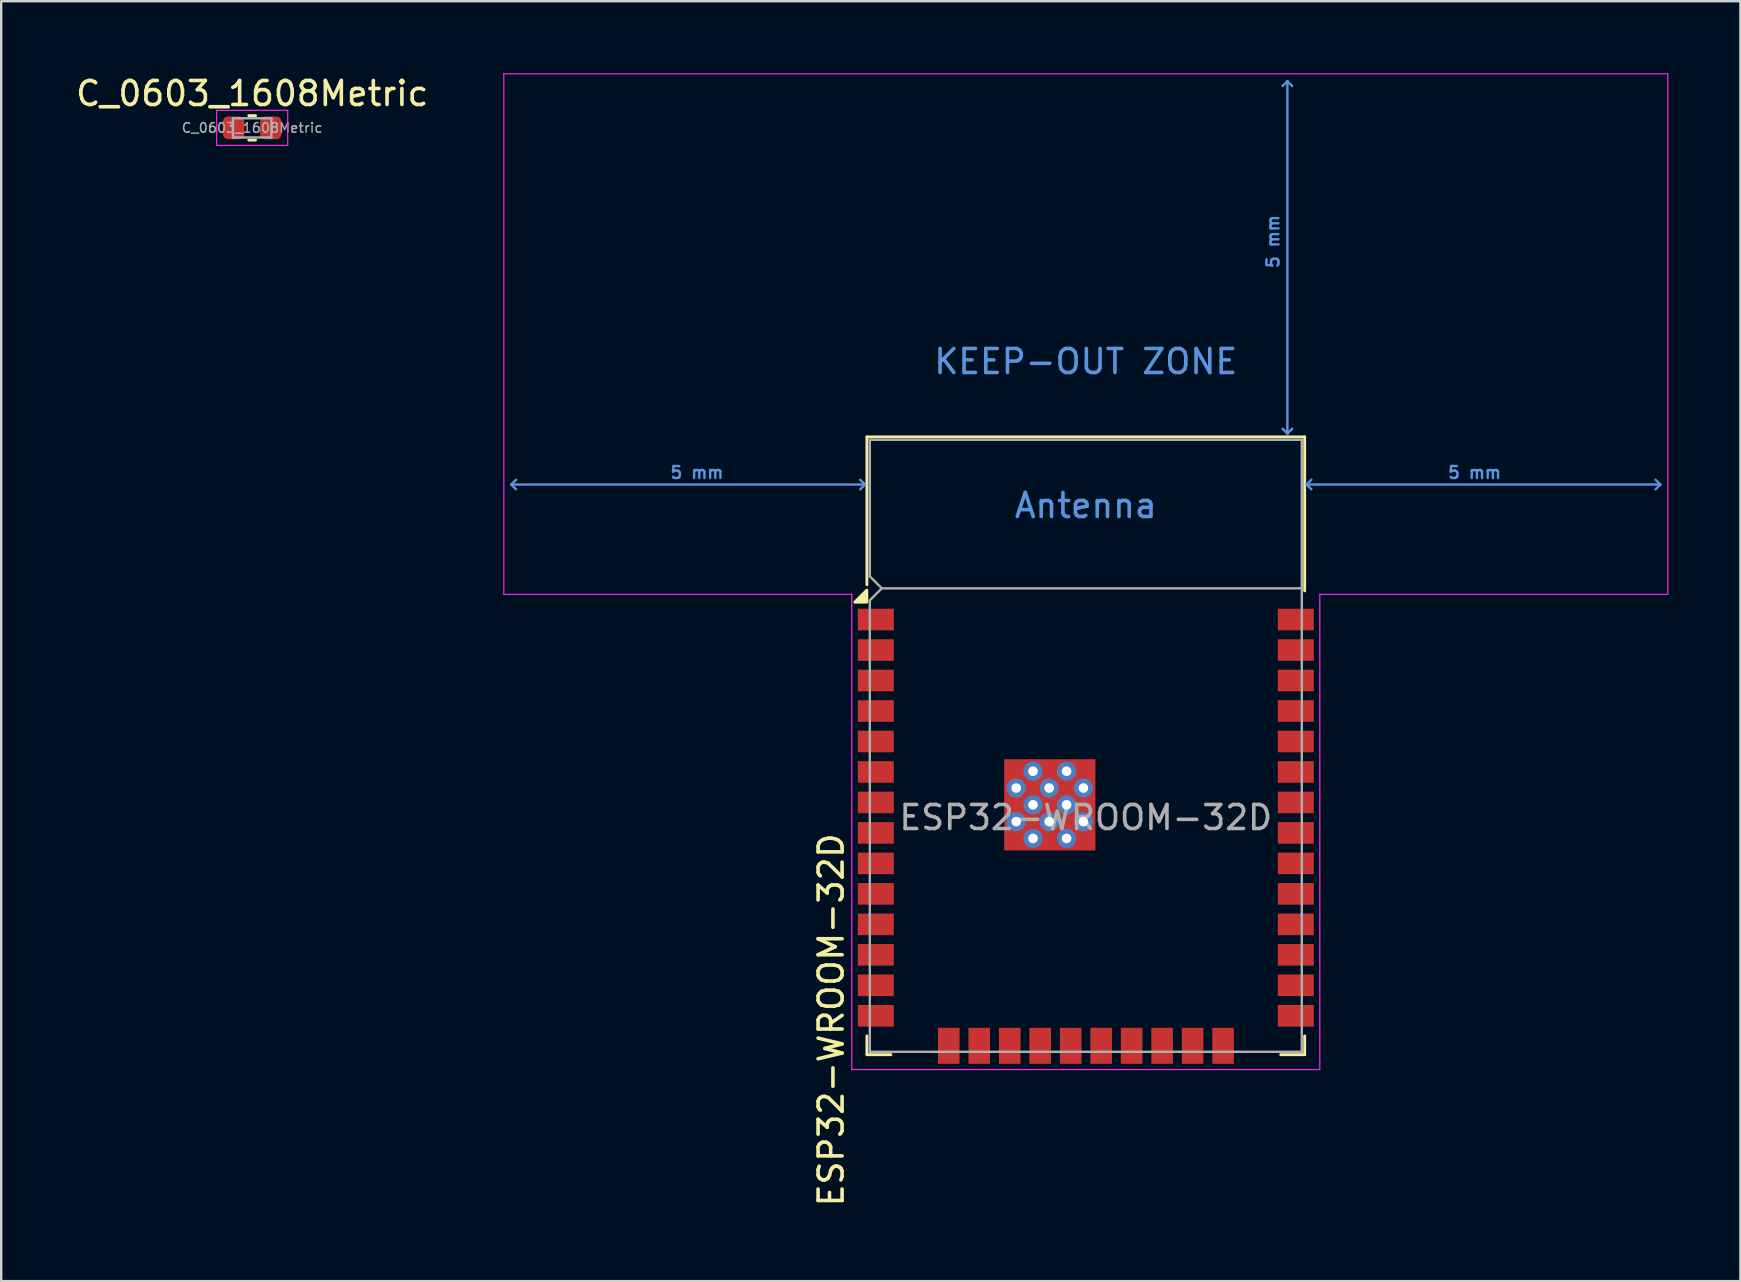
<source format=kicad_pcb>
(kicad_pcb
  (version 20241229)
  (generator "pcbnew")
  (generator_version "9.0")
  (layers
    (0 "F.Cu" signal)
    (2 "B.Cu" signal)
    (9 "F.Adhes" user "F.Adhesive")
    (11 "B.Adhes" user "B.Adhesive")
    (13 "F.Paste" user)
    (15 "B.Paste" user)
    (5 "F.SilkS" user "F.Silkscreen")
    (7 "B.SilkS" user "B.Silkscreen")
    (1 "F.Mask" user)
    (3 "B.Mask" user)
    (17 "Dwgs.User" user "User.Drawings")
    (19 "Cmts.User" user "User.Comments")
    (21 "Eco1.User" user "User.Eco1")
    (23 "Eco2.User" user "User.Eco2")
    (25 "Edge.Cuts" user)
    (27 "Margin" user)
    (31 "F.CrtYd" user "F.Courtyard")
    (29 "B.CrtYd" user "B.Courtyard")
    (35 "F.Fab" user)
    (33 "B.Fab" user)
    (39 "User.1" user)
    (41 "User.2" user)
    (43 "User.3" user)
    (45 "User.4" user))
  (footprint "ESP32-WROOM-32D"
    (layer "F.Cu")
    (at 42.192 31.015)
    (property "Reference" "ESP32-WROOM-32D" (at -10.61 8.43 90) (layer "F.SilkS") (effects (font (size 1 1) (thickness 0.15))))
    (attr smd)
    (fp_line (start -9.12 -15.86) (end -9.12 -9.7) (stroke (width 0.12) (type solid)) (layer "F.SilkS"))
    (fp_line (start -9.12 -15.86) (end 9.12 -15.86) (stroke (width 0.12) (type solid)) (layer "F.SilkS"))
    (fp_line (start -9.12 9.1) (end -9.12 9.88) (stroke (width 0.12) (type solid)) (layer "F.SilkS"))
    (fp_line (start -9.12 9.88) (end -8.12 9.88) (stroke (width 0.12) (type solid)) (layer "F.SilkS"))
    (fp_line (start 9.12 -15.86) (end 9.12 -9.445) (stroke (width 0.12) (type solid)) (layer "F.SilkS"))
    (fp_line (start 9.12 9.1) (end 9.12 9.88) (stroke (width 0.12) (type solid)) (layer "F.SilkS"))
    (fp_line (start 9.12 9.88) (end 8.12 9.88) (stroke (width 0.12) (type solid)) (layer "F.SilkS"))
    (fp_poly (pts (xy -9.125 -8.975) (xy -9.625 -8.975) (xy -9.125 -9.475) (xy -9.125 -8.975)) (stroke (width 0.12) (type solid)) (fill yes) (layer "F.SilkS"))
    (fp_line (start -23.94 -13.875) (end -23.74 -14.075) (stroke (width 0.1) (type solid)) (layer "Cmts.User"))
    (fp_line (start -23.94 -13.875) (end -23.74 -13.675) (stroke (width 0.1) (type solid)) (layer "Cmts.User"))
    (fp_line (start -23.94 -13.875) (end -9.2 -13.875) (stroke (width 0.1) (type solid)) (layer "Cmts.User"))
    (fp_line (start -9.2 -13.875) (end -9.4 -14.075) (stroke (width 0.1) (type solid)) (layer "Cmts.User"))
    (fp_line (start -9.2 -13.875) (end -9.4 -13.675) (stroke (width 0.1) (type solid)) (layer "Cmts.User"))
    (fp_line (start 8.4 -30.68) (end 8.2 -30.48) (stroke (width 0.1) (type solid)) (layer "Cmts.User"))
    (fp_line (start 8.4 -30.68) (end 8.6 -30.48) (stroke (width 0.1) (type solid)) (layer "Cmts.User"))
    (fp_line (start 8.4 -16) (end 8.2 -16.2) (stroke (width 0.1) (type solid)) (layer "Cmts.User"))
    (fp_line (start 8.4 -16) (end 8.4 -30.68) (stroke (width 0.1) (type solid)) (layer "Cmts.User"))
    (fp_line (start 8.4 -16) (end 8.6 -16.2) (stroke (width 0.1) (type solid)) (layer "Cmts.User"))
    (fp_line (start 9.2 -13.875) (end 9.4 -14.075) (stroke (width 0.1) (type solid)) (layer "Cmts.User"))
    (fp_line (start 9.2 -13.875) (end 9.4 -13.675) (stroke (width 0.1) (type solid)) (layer "Cmts.User"))
    (fp_line (start 9.2 -13.875) (end 23.94 -13.875) (stroke (width 0.1) (type solid)) (layer "Cmts.User"))
    (fp_line (start 23.94 -13.875) (end 23.74 -14.075) (stroke (width 0.1) (type solid)) (layer "Cmts.User"))
    (fp_line (start 23.94 -13.875) (end 23.74 -13.675) (stroke (width 0.1) (type solid)) (layer "Cmts.User"))
    (fp_line (start -24.25 -30.99) (end -24.25 -9.3) (stroke (width 0.05) (type solid)) (layer "F.CrtYd"))
    (fp_line (start -24.25 -30.99) (end 24.25 -30.99) (stroke (width 0.05) (type solid)) (layer "F.CrtYd"))
    (fp_line (start -24.25 -9.3) (end -9.75 -9.3) (stroke (width 0.05) (type solid)) (layer "F.CrtYd"))
    (fp_line (start -9.75 10.5) (end -9.75 -9.3) (stroke (width 0.05) (type solid)) (layer "F.CrtYd"))
    (fp_line (start -9.75 10.5) (end 9.75 10.5) (stroke (width 0.05) (type solid)) (layer "F.CrtYd"))
    (fp_line (start 9.75 -9.3) (end 9.75 10.5) (stroke (width 0.05) (type solid)) (layer "F.CrtYd"))
    (fp_line (start 9.75 -9.3) (end 24.25 -9.3) (stroke (width 0.05) (type solid)) (layer "F.CrtYd"))
    (fp_line (start 24.25 -30.99) (end 24.25 -9.3) (stroke (width 0.05) (type solid)) (layer "F.CrtYd"))
    (fp_line (start -9 -15.74) (end -9 -10.05) (stroke (width 0.1) (type solid)) (layer "F.Fab"))
    (fp_line (start -9 -15.74) (end 9 -15.74) (stroke (width 0.1) (type solid)) (layer "F.Fab"))
    (fp_line (start -9 -9.05) (end -9 9.76) (stroke (width 0.1) (type solid)) (layer "F.Fab"))
    (fp_line (start -9 -9.05) (end -8.5 -9.55) (stroke (width 0.1) (type solid)) (layer "F.Fab"))
    (fp_line (start -9 9.76) (end 9 9.76) (stroke (width 0.1) (type solid)) (layer "F.Fab"))
    (fp_line (start -8.5 -9.55) (end -9 -10.05) (stroke (width 0.1) (type solid)) (layer "F.Fab"))
    (fp_line (start -8.5 -9.55) (end 9 -9.55) (stroke (width 0.1) (type solid)) (layer "F.Fab"))
    (fp_line (start 9 9.76) (end 9 -15.74) (stroke (width 0.1) (type solid)) (layer "F.Fab"))
    (fp_text user "5 mm" (at -16.2 -14.375 0) (layer "Cmts.User") (effects (font (size 0.5 0.5) (thickness 0.1))))
    (fp_text user "Antenna" (at 0 -13 0) (layer "Cmts.User") (effects (font (size 1 1) (thickness 0.15))))
    (fp_text user "5 mm" (at 16.2 -14.375 0) (layer "Cmts.User") (effects (font (size 0.5 0.5) (thickness 0.1))))
    (fp_text user "5 mm" (at 7.8 -24 90) (layer "Cmts.User") (effects (font (size 0.5 0.5) (thickness 0.1))))
    (fp_text user "KEEP-OUT ZONE" (at 0 -19 0) (layer "Cmts.User") (effects (font (size 1 1) (thickness 0.15))))
    (fp_text user "${REFERENCE}" (at 0 0 0) (layer "F.Fab") (effects (font (size 1 1) (thickness 0.15))))
    (pad "1" smd rect (at -8.75 -8.25) (size 1.5 0.9) (layers "F.Cu" "F.Mask" "F.Paste"))
    (pad "2" smd rect (at -8.75 -6.98) (size 1.5 0.9) (layers "F.Cu" "F.Mask" "F.Paste"))
    (pad "3" smd rect (at -8.75 -5.71) (size 1.5 0.9) (layers "F.Cu" "F.Mask" "F.Paste"))
    (pad "4" smd rect (at -8.75 -4.44) (size 1.5 0.9) (layers "F.Cu" "F.Mask" "F.Paste"))
    (pad "5" smd rect (at -8.75 -3.17) (size 1.5 0.9) (layers "F.Cu" "F.Mask" "F.Paste"))
    (pad "6" smd rect (at -8.75 -1.9) (size 1.5 0.9) (layers "F.Cu" "F.Mask" "F.Paste"))
    (pad "7" smd rect (at -8.75 -0.63) (size 1.5 0.9) (layers "F.Cu" "F.Mask" "F.Paste"))
    (pad "8" smd rect (at -8.75 0.64) (size 1.5 0.9) (layers "F.Cu" "F.Mask" "F.Paste"))
    (pad "9" smd rect (at -8.75 1.91) (size 1.5 0.9) (layers "F.Cu" "F.Mask" "F.Paste"))
    (pad "10" smd rect (at -8.75 3.18) (size 1.5 0.9) (layers "F.Cu" "F.Mask" "F.Paste"))
    (pad "11" smd rect (at -8.75 4.45) (size 1.5 0.9) (layers "F.Cu" "F.Mask" "F.Paste"))
    (pad "12" smd rect (at -8.75 5.72) (size 1.5 0.9) (layers "F.Cu" "F.Mask" "F.Paste"))
    (pad "13" smd rect (at -8.75 6.99) (size 1.5 0.9) (layers "F.Cu" "F.Mask" "F.Paste"))
    (pad "14" smd rect (at -8.75 8.26) (size 1.5 0.9) (layers "F.Cu" "F.Mask" "F.Paste"))
    (pad "15" smd rect (at -5.71 9.51 90) (size 1.5 0.9) (layers "F.Cu" "F.Mask" "F.Paste"))
    (pad "16" smd rect (at -4.44 9.51 90) (size 1.5 0.9) (layers "F.Cu" "F.Mask" "F.Paste"))
    (pad "17" smd rect (at -3.17 9.51 90) (size 1.5 0.9) (layers "F.Cu" "F.Mask" "F.Paste"))
    (pad "18" smd rect (at -1.9 9.51 90) (size 1.5 0.9) (layers "F.Cu" "F.Mask" "F.Paste"))
    (pad "19" smd rect (at -0.63 9.51 90) (size 1.5 0.9) (layers "F.Cu" "F.Mask" "F.Paste"))
    (pad "20" smd rect (at 0.64 9.51 90) (size 1.5 0.9) (layers "F.Cu" "F.Mask" "F.Paste"))
    (pad "21" smd rect (at 1.91 9.51 90) (size 1.5 0.9) (layers "F.Cu" "F.Mask" "F.Paste"))
    (pad "22" smd rect (at 3.18 9.51 90) (size 1.5 0.9) (layers "F.Cu" "F.Mask" "F.Paste"))
    (pad "23" smd rect (at 4.45 9.51 90) (size 1.5 0.9) (layers "F.Cu" "F.Mask" "F.Paste"))
    (pad "24" smd rect (at 5.72 9.51 90) (size 1.5 0.9) (layers "F.Cu" "F.Mask" "F.Paste"))
    (pad "25" smd rect (at 8.75 8.26) (size 1.5 0.9) (layers "F.Cu" "F.Mask" "F.Paste"))
    (pad "26" smd rect (at 8.75 6.99) (size 1.5 0.9) (layers "F.Cu" "F.Mask" "F.Paste"))
    (pad "27" smd rect (at 8.75 5.72) (size 1.5 0.9) (layers "F.Cu" "F.Mask" "F.Paste"))
    (pad "28" smd rect (at 8.75 4.45) (size 1.5 0.9) (layers "F.Cu" "F.Mask" "F.Paste"))
    (pad "29" smd rect (at 8.75 3.18) (size 1.5 0.9) (layers "F.Cu" "F.Mask" "F.Paste"))
    (pad "30" smd rect (at 8.75 1.91) (size 1.5 0.9) (layers "F.Cu" "F.Mask" "F.Paste"))
    (pad "31" smd rect (at 8.75 0.64) (size 1.5 0.9) (layers "F.Cu" "F.Mask" "F.Paste"))
    (pad "32" smd rect (at 8.75 -0.63) (size 1.5 0.9) (layers "F.Cu" "F.Mask" "F.Paste"))
    (pad "33" smd rect (at 8.75 -1.9) (size 1.5 0.9) (layers "F.Cu" "F.Mask" "F.Paste"))
    (pad "34" smd rect (at 8.75 -3.17) (size 1.5 0.9) (layers "F.Cu" "F.Mask" "F.Paste"))
    (pad "35" smd rect (at 8.75 -4.44) (size 1.5 0.9) (layers "F.Cu" "F.Mask" "F.Paste"))
    (pad "36" smd rect (at 8.75 -5.71) (size 1.5 0.9) (layers "F.Cu" "F.Mask" "F.Paste"))
    (pad "37" smd rect (at 8.75 -6.98) (size 1.5 0.9) (layers "F.Cu" "F.Mask" "F.Paste"))
    (pad "38" smd rect (at 8.75 -8.25) (size 1.5 0.9) (layers "F.Cu" "F.Mask" "F.Paste"))
    (pad "39" smd rect (at -2.9 -1.93) (size 0.9 0.9) (layers "F.Cu" "F.Paste"))
    (pad "39" thru_hole circle (at -2.9 -1.23) (size 0.8 0.8) (drill 0.4) (property pad_prop_heatsink) (layers "*.Cu" "F.Mask"))
    (pad "39" smd rect (at -2.9 -0.53) (size 0.9 0.9) (layers "F.Cu" "F.Paste"))
    (pad "39" thru_hole circle (at -2.9 0.17) (size 0.8 0.8) (drill 0.4) (property pad_prop_heatsink) (layers "*.Cu" "F.Mask"))
    (pad "39" smd rect (at -2.9 0.87) (size 0.9 0.9) (layers "F.Cu" "F.Paste"))
    (pad "39" thru_hole circle (at -2.2 -1.93) (size 0.8 0.8) (drill 0.4) (property pad_prop_heatsink) (layers "*.Cu" "F.Mask"))
    (pad "39" thru_hole circle (at -2.2 -0.53) (size 0.8 0.8) (drill 0.4) (property pad_prop_heatsink) (layers "*.Cu" "F.Mask"))
    (pad "39" thru_hole circle (at -2.2 0.87) (size 0.8 0.8) (drill 0.4) (property pad_prop_heatsink) (layers "*.Cu" "F.Mask"))
    (pad "39" thru_hole circle (at -1.525 -1.23) (size 0.8 0.8) (drill 0.4) (property pad_prop_heatsink) (layers "*.Cu" "F.Mask"))
    (pad "39" thru_hole circle (at -1.525 0.17) (size 0.8 0.8) (drill 0.4) (property pad_prop_heatsink) (layers "*.Cu" "F.Mask"))
    (pad "39" smd rect (at -1.5 -1.93) (size 0.9 0.9) (layers "F.Cu" "F.Paste"))
    (pad "39" smd rect (at -1.5 -0.53) (size 0.9 0.9) (layers "F.Cu" "F.Paste"))
    (pad "39" smd rect (at -1.5 -0.53) (size 3.8 3.8) (layers "F.Cu" "F.Mask"))
    (pad "39" smd rect (at -1.5 0.87) (size 0.9 0.9) (layers "F.Cu" "F.Paste"))
    (pad "39" thru_hole circle (at -0.8 -1.93) (size 0.8 0.8) (drill 0.4) (property pad_prop_heatsink) (layers "*.Cu" "F.Mask"))
    (pad "39" thru_hole circle (at -0.8 -0.53) (size 0.8 0.8) (drill 0.4) (property pad_prop_heatsink) (layers "*.Cu" "F.Mask"))
    (pad "39" thru_hole circle (at -0.8 0.87) (size 0.8 0.8) (drill 0.4) (property pad_prop_heatsink) (layers "*.Cu" "F.Mask"))
    (pad "39" smd rect (at -0.1 -1.93) (size 0.9 0.9) (layers "F.Cu" "F.Paste"))
    (pad "39" thru_hole circle (at -0.1 -1.23) (size 0.8 0.8) (drill 0.4) (property pad_prop_heatsink) (layers "*.Cu" "F.Mask"))
    (pad "39" smd rect (at -0.1 -0.53) (size 0.9 0.9) (layers "F.Cu" "F.Paste"))
    (pad "39" thru_hole circle (at -0.1 0.17) (size 0.8 0.8) (drill 0.4) (property pad_prop_heatsink) (layers "*.Cu" "F.Mask"))
    (pad "39" smd rect (at -0.1 0.87) (size 0.9 0.9) (layers "F.Cu" "F.Paste"))
    (zone (net_name "") (layers "F.Cu" "B.Cu") (hatch full 0.508) (connect_pads) (min_thickness 0.254) (filled_areas_thickness no) (keepout (tracks allowed) (vias not_allowed) (pads not_allowed) (copperpour not_allowed) (footprints not_allowed)) (placement (enabled no)) (fill) (polygon (pts (xy 18.192 21.465) (xy 66.192 21.465) (xy 66.192 0.275) (xy 18.192 0.275)))))
  (footprint "C_0603_1608Metric"
    (layer "F.Cu")
    (at 7.458 2.278)
    (property "Reference" "C_0603_1608Metric" (at 0 -1.43 0) (layer "F.SilkS") (effects (font (size 1 1) (thickness 0.15))))
    (attr smd)
    (fp_line (start -0.141 -0.51) (end 0.141 -0.51) (stroke (width 0.12) (type solid)) (layer "F.SilkS"))
    (fp_line (start -0.141 0.51) (end 0.141 0.51) (stroke (width 0.12) (type solid)) (layer "F.SilkS"))
    (fp_line (start -1.48 -0.73) (end 1.48 -0.73) (stroke (width 0.05) (type solid)) (layer "F.CrtYd"))
    (fp_line (start -1.48 0.73) (end -1.48 -0.73) (stroke (width 0.05) (type solid)) (layer "F.CrtYd"))
    (fp_line (start 1.48 -0.73) (end 1.48 0.73) (stroke (width 0.05) (type solid)) (layer "F.CrtYd"))
    (fp_line (start 1.48 0.73) (end -1.48 0.73) (stroke (width 0.05) (type solid)) (layer "F.CrtYd"))
    (fp_line (start -0.8 -0.4) (end 0.8 -0.4) (stroke (width 0.1) (type solid)) (layer "F.Fab"))
    (fp_line (start -0.8 0.4) (end -0.8 -0.4) (stroke (width 0.1) (type solid)) (layer "F.Fab"))
    (fp_line (start 0.8 -0.4) (end 0.8 0.4) (stroke (width 0.1) (type solid)) (layer "F.Fab"))
    (fp_line (start 0.8 0.4) (end -0.8 0.4) (stroke (width 0.1) (type solid)) (layer "F.Fab"))
    (fp_text user "${REFERENCE}" (at 0 0 0) (layer "F.Fab") (effects (font (size 0.4 0.4) (thickness 0.06))))
    (pad "1" smd roundrect (at -0.775 0) (size 0.9 0.95) (layers "F.Cu" "F.Mask" "F.Paste") (roundrect_rratio 0.25))
    (pad "2" smd roundrect (at 0.775 0) (size 0.9 0.95) (layers "F.Cu" "F.Mask" "F.Paste") (roundrect_rratio 0.25)))
  (gr_rect
    (start -3 -3)
    (end 69.467 50.332)
    (stroke (width 0.1) (type default))
    (fill no)
    (layer "Edge.Cuts")))
</source>
